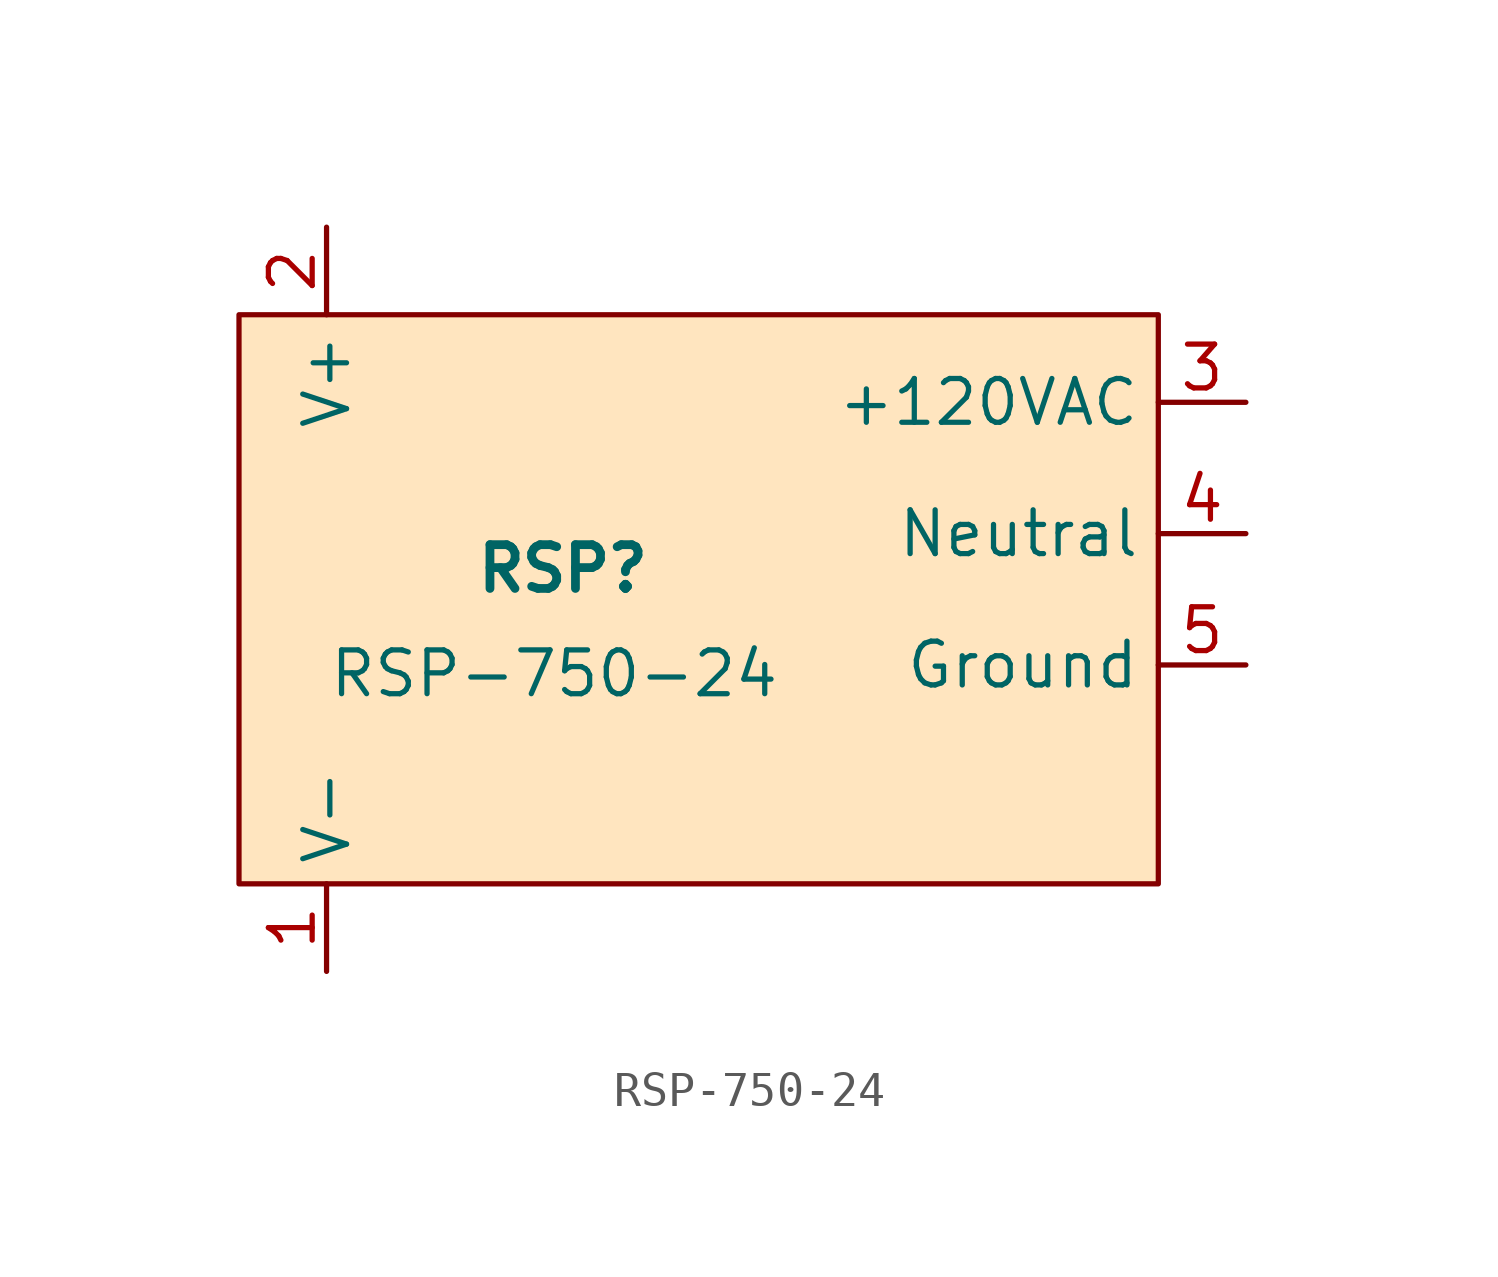
<source format=kicad_sym>
(kicad_symbol_lib
  (version 20231120)
  (generator "kicad_symbol_editor")
  (generator_version "8.0")
  (symbol "RSP-750-24"
    (property "Reference" "RSP"
      (at -8.382 0.254 0)
      (effects (font (size 1.27 1.27) (thickness 0.254) (bold yes))))
    (property "Value" "RSP-750-24"
      (at -8.636 -2.794 0)
      (effects (font (size 1.27 1.27))))
    (symbol "RSP-750-24_0_1"
      (rectangle (start -17.78 7.62) (end 8.89 -8.89) (stroke (width 0) (type default)) (fill (type color) (color 255 229 191 1))))
    (symbol "RSP-750-24_1_1"
      (pin power_out line (at -15.24 -11.43 90) (length 2.54) (name "V-" (effects (font (size 1.27 1.27)))) (number "1" (effects (font (size 1.27 1.27)))))
      (pin power_out line (at -15.24 10.16 270) (length 2.54) (name "V+" (effects (font (size 1.27 1.27)))) (number "2" (effects (font (size 1.27 1.27)))))
      (pin power_in line (at 11.43 5.08 180) (length 2.54) (name "+120VAC" (effects (font (size 1.27 1.27)))) (number "3" (effects (font (size 1.27 1.27)))))
      (pin power_in line (at 11.43 1.27 180) (length 2.54) (name "Neutral" (effects (font (size 1.27 1.27)))) (number "4" (effects (font (size 1.27 1.27)))))
      (pin power_in line (at 11.43 -2.54 180) (length 2.54) (name "Ground" (effects (font (size 1.27 1.27)))) (number "5" (effects (font (size 1.27 1.27))))))))
</source>
